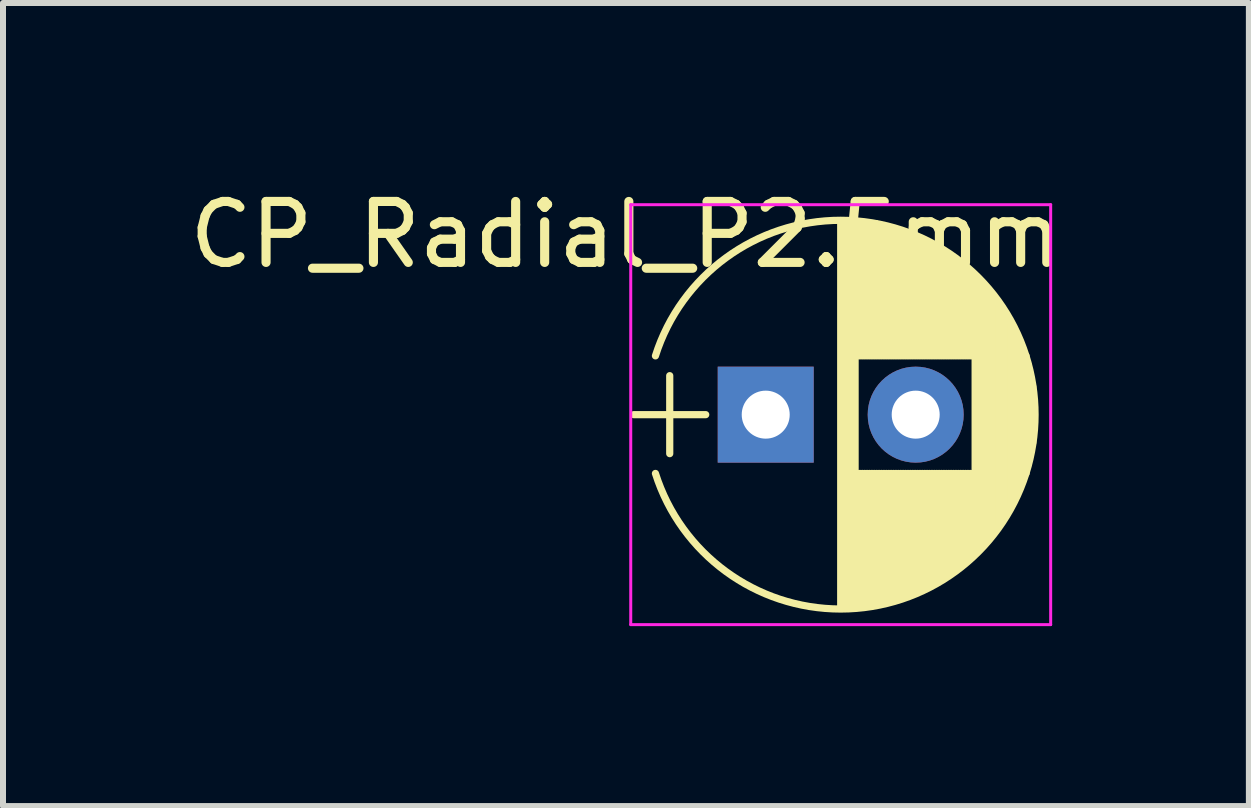
<source format=kicad_pcb>
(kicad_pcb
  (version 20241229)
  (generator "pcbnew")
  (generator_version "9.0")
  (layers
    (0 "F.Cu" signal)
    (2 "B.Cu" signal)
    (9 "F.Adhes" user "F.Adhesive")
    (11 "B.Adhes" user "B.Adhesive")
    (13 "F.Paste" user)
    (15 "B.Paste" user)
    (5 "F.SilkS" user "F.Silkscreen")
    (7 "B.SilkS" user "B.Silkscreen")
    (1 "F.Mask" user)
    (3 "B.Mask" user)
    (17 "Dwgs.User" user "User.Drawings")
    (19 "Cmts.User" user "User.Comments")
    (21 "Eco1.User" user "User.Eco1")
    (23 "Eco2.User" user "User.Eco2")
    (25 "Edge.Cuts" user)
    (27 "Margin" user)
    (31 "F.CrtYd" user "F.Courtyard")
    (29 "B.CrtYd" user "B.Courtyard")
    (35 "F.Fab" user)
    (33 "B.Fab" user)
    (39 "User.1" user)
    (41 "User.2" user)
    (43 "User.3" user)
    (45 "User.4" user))
  (footprint "CP_Radial_P2.5mm"
    (placed yes)
    (layer "F.Cu")
    (at 9.714 3.862)
    (property "Reference" "CP_Radial_P2.5mm" (at -2.33 -3 180) (layer "F.SilkS") (effects (font (size 1.016 1.016) (thickness 0.152))))
    (attr through_hole)
    (fp_line (start -2.2 0) (end -1 0) (stroke (width 0.12) (type solid)) (layer "F.SilkS"))
    (fp_line (start -1.6 -0.65) (end -1.6 0.65) (stroke (width 0.12) (type solid)) (layer "F.SilkS"))
    (fp_line (start 1.25 -3.2) (end 1.25 3.2) (stroke (width 0.12) (type solid)) (layer "F.SilkS"))
    (fp_line (start 1.29 -3.2) (end 1.29 3.2) (stroke (width 0.12) (type solid)) (layer "F.SilkS"))
    (fp_line (start 1.33 -3.2) (end 1.33 3.2) (stroke (width 0.12) (type solid)) (layer "F.SilkS"))
    (fp_line (start 1.37 -3.198) (end 1.37 3.198) (stroke (width 0.12) (type solid)) (layer "F.SilkS"))
    (fp_line (start 1.41 -3.197) (end 1.41 3.197) (stroke (width 0.12) (type solid)) (layer "F.SilkS"))
    (fp_line (start 1.45 -3.194) (end 1.45 3.194) (stroke (width 0.12) (type solid)) (layer "F.SilkS"))
    (fp_line (start 1.49 -3.192) (end 1.49 3.192) (stroke (width 0.12) (type solid)) (layer "F.SilkS"))
    (fp_line (start 1.53 -3.188) (end 1.53 -0.98) (stroke (width 0.12) (type solid)) (layer "F.SilkS"))
    (fp_line (start 1.53 0.98) (end 1.53 3.188) (stroke (width 0.12) (type solid)) (layer "F.SilkS"))
    (fp_line (start 1.57 -3.185) (end 1.57 -0.98) (stroke (width 0.12) (type solid)) (layer "F.SilkS"))
    (fp_line (start 1.57 0.98) (end 1.57 3.185) (stroke (width 0.12) (type solid)) (layer "F.SilkS"))
    (fp_line (start 1.61 -3.18) (end 1.61 -0.98) (stroke (width 0.12) (type solid)) (layer "F.SilkS"))
    (fp_line (start 1.61 0.98) (end 1.61 3.18) (stroke (width 0.12) (type solid)) (layer "F.SilkS"))
    (fp_line (start 1.65 -3.176) (end 1.65 -0.98) (stroke (width 0.12) (type solid)) (layer "F.SilkS"))
    (fp_line (start 1.65 0.98) (end 1.65 3.176) (stroke (width 0.12) (type solid)) (layer "F.SilkS"))
    (fp_line (start 1.69 -3.17) (end 1.69 -0.98) (stroke (width 0.12) (type solid)) (layer "F.SilkS"))
    (fp_line (start 1.69 0.98) (end 1.69 3.17) (stroke (width 0.12) (type solid)) (layer "F.SilkS"))
    (fp_line (start 1.73 -3.165) (end 1.73 -0.98) (stroke (width 0.12) (type solid)) (layer "F.SilkS"))
    (fp_line (start 1.73 0.98) (end 1.73 3.165) (stroke (width 0.12) (type solid)) (layer "F.SilkS"))
    (fp_line (start 1.77 -3.158) (end 1.77 -0.98) (stroke (width 0.12) (type solid)) (layer "F.SilkS"))
    (fp_line (start 1.77 0.98) (end 1.77 3.158) (stroke (width 0.12) (type solid)) (layer "F.SilkS"))
    (fp_line (start 1.81 -3.152) (end 1.81 -0.98) (stroke (width 0.12) (type solid)) (layer "F.SilkS"))
    (fp_line (start 1.81 0.98) (end 1.81 3.152) (stroke (width 0.12) (type solid)) (layer "F.SilkS"))
    (fp_line (start 1.85 -3.144) (end 1.85 -0.98) (stroke (width 0.12) (type solid)) (layer "F.SilkS"))
    (fp_line (start 1.85 0.98) (end 1.85 3.144) (stroke (width 0.12) (type solid)) (layer "F.SilkS"))
    (fp_line (start 1.89 -3.137) (end 1.89 -0.98) (stroke (width 0.12) (type solid)) (layer "F.SilkS"))
    (fp_line (start 1.89 0.98) (end 1.89 3.137) (stroke (width 0.12) (type solid)) (layer "F.SilkS"))
    (fp_line (start 1.93 -3.128) (end 1.93 -0.98) (stroke (width 0.12) (type solid)) (layer "F.SilkS"))
    (fp_line (start 1.93 0.98) (end 1.93 3.128) (stroke (width 0.12) (type solid)) (layer "F.SilkS"))
    (fp_line (start 1.971 -3.119) (end 1.971 -0.98) (stroke (width 0.12) (type solid)) (layer "F.SilkS"))
    (fp_line (start 1.971 0.98) (end 1.971 3.119) (stroke (width 0.12) (type solid)) (layer "F.SilkS"))
    (fp_line (start 2.011 -3.11) (end 2.011 -0.98) (stroke (width 0.12) (type solid)) (layer "F.SilkS"))
    (fp_line (start 2.011 0.98) (end 2.011 3.11) (stroke (width 0.12) (type solid)) (layer "F.SilkS"))
    (fp_line (start 2.051 -3.1) (end 2.051 -0.98) (stroke (width 0.12) (type solid)) (layer "F.SilkS"))
    (fp_line (start 2.051 0.98) (end 2.051 3.1) (stroke (width 0.12) (type solid)) (layer "F.SilkS"))
    (fp_line (start 2.091 -3.09) (end 2.091 -0.98) (stroke (width 0.12) (type solid)) (layer "F.SilkS"))
    (fp_line (start 2.091 0.98) (end 2.091 3.09) (stroke (width 0.12) (type solid)) (layer "F.SilkS"))
    (fp_line (start 2.131 -3.079) (end 2.131 -0.98) (stroke (width 0.12) (type solid)) (layer "F.SilkS"))
    (fp_line (start 2.131 0.98) (end 2.131 3.079) (stroke (width 0.12) (type solid)) (layer "F.SilkS"))
    (fp_line (start 2.171 -3.067) (end 2.171 -0.98) (stroke (width 0.12) (type solid)) (layer "F.SilkS"))
    (fp_line (start 2.171 0.98) (end 2.171 3.067) (stroke (width 0.12) (type solid)) (layer "F.SilkS"))
    (fp_line (start 2.211 -3.055) (end 2.211 -0.98) (stroke (width 0.12) (type solid)) (layer "F.SilkS"))
    (fp_line (start 2.211 0.98) (end 2.211 3.055) (stroke (width 0.12) (type solid)) (layer "F.SilkS"))
    (fp_line (start 2.251 -3.042) (end 2.251 -0.98) (stroke (width 0.12) (type solid)) (layer "F.SilkS"))
    (fp_line (start 2.251 0.98) (end 2.251 3.042) (stroke (width 0.12) (type solid)) (layer "F.SilkS"))
    (fp_line (start 2.291 -3.029) (end 2.291 -0.98) (stroke (width 0.12) (type solid)) (layer "F.SilkS"))
    (fp_line (start 2.291 0.98) (end 2.291 3.029) (stroke (width 0.12) (type solid)) (layer "F.SilkS"))
    (fp_line (start 2.331 -3.015) (end 2.331 -0.98) (stroke (width 0.12) (type solid)) (layer "F.SilkS"))
    (fp_line (start 2.331 0.98) (end 2.331 3.015) (stroke (width 0.12) (type solid)) (layer "F.SilkS"))
    (fp_line (start 2.371 -3.001) (end 2.371 -0.98) (stroke (width 0.12) (type solid)) (layer "F.SilkS"))
    (fp_line (start 2.371 0.98) (end 2.371 3.001) (stroke (width 0.12) (type solid)) (layer "F.SilkS"))
    (fp_line (start 2.411 -2.986) (end 2.411 -0.98) (stroke (width 0.12) (type solid)) (layer "F.SilkS"))
    (fp_line (start 2.411 0.98) (end 2.411 2.986) (stroke (width 0.12) (type solid)) (layer "F.SilkS"))
    (fp_line (start 2.451 -2.97) (end 2.451 -0.98) (stroke (width 0.12) (type solid)) (layer "F.SilkS"))
    (fp_line (start 2.451 0.98) (end 2.451 2.97) (stroke (width 0.12) (type solid)) (layer "F.SilkS"))
    (fp_line (start 2.491 -2.954) (end 2.491 -0.98) (stroke (width 0.12) (type solid)) (layer "F.SilkS"))
    (fp_line (start 2.491 0.98) (end 2.491 2.954) (stroke (width 0.12) (type solid)) (layer "F.SilkS"))
    (fp_line (start 2.531 -2.937) (end 2.531 -0.98) (stroke (width 0.12) (type solid)) (layer "F.SilkS"))
    (fp_line (start 2.531 0.98) (end 2.531 2.937) (stroke (width 0.12) (type solid)) (layer "F.SilkS"))
    (fp_line (start 2.571 -2.919) (end 2.571 -0.98) (stroke (width 0.12) (type solid)) (layer "F.SilkS"))
    (fp_line (start 2.571 0.98) (end 2.571 2.919) (stroke (width 0.12) (type solid)) (layer "F.SilkS"))
    (fp_line (start 2.611 -2.901) (end 2.611 -0.98) (stroke (width 0.12) (type solid)) (layer "F.SilkS"))
    (fp_line (start 2.611 0.98) (end 2.611 2.901) (stroke (width 0.12) (type solid)) (layer "F.SilkS"))
    (fp_line (start 2.651 -2.882) (end 2.651 -0.98) (stroke (width 0.12) (type solid)) (layer "F.SilkS"))
    (fp_line (start 2.651 0.98) (end 2.651 2.882) (stroke (width 0.12) (type solid)) (layer "F.SilkS"))
    (fp_line (start 2.691 -2.863) (end 2.691 -0.98) (stroke (width 0.12) (type solid)) (layer "F.SilkS"))
    (fp_line (start 2.691 0.98) (end 2.691 2.863) (stroke (width 0.12) (type solid)) (layer "F.SilkS"))
    (fp_line (start 2.731 -2.843) (end 2.731 -0.98) (stroke (width 0.12) (type solid)) (layer "F.SilkS"))
    (fp_line (start 2.731 0.98) (end 2.731 2.843) (stroke (width 0.12) (type solid)) (layer "F.SilkS"))
    (fp_line (start 2.771 -2.822) (end 2.771 -0.98) (stroke (width 0.12) (type solid)) (layer "F.SilkS"))
    (fp_line (start 2.771 0.98) (end 2.771 2.822) (stroke (width 0.12) (type solid)) (layer "F.SilkS"))
    (fp_line (start 2.811 -2.8) (end 2.811 -0.98) (stroke (width 0.12) (type solid)) (layer "F.SilkS"))
    (fp_line (start 2.811 0.98) (end 2.811 2.8) (stroke (width 0.12) (type solid)) (layer "F.SilkS"))
    (fp_line (start 2.851 -2.778) (end 2.851 -0.98) (stroke (width 0.12) (type solid)) (layer "F.SilkS"))
    (fp_line (start 2.851 0.98) (end 2.851 2.778) (stroke (width 0.12) (type solid)) (layer "F.SilkS"))
    (fp_line (start 2.891 -2.755) (end 2.891 -0.98) (stroke (width 0.12) (type solid)) (layer "F.SilkS"))
    (fp_line (start 2.891 0.98) (end 2.891 2.755) (stroke (width 0.12) (type solid)) (layer "F.SilkS"))
    (fp_line (start 2.931 -2.731) (end 2.931 -0.98) (stroke (width 0.12) (type solid)) (layer "F.SilkS"))
    (fp_line (start 2.931 0.98) (end 2.931 2.731) (stroke (width 0.12) (type solid)) (layer "F.SilkS"))
    (fp_line (start 2.971 -2.706) (end 2.971 -0.98) (stroke (width 0.12) (type solid)) (layer "F.SilkS"))
    (fp_line (start 2.971 0.98) (end 2.971 2.706) (stroke (width 0.12) (type solid)) (layer "F.SilkS"))
    (fp_line (start 3.011 -2.681) (end 3.011 -0.98) (stroke (width 0.12) (type solid)) (layer "F.SilkS"))
    (fp_line (start 3.011 0.98) (end 3.011 2.681) (stroke (width 0.12) (type solid)) (layer "F.SilkS"))
    (fp_line (start 3.051 -2.654) (end 3.051 -0.98) (stroke (width 0.12) (type solid)) (layer "F.SilkS"))
    (fp_line (start 3.051 0.98) (end 3.051 2.654) (stroke (width 0.12) (type solid)) (layer "F.SilkS"))
    (fp_line (start 3.091 -2.627) (end 3.091 -0.98) (stroke (width 0.12) (type solid)) (layer "F.SilkS"))
    (fp_line (start 3.091 0.98) (end 3.091 2.627) (stroke (width 0.12) (type solid)) (layer "F.SilkS"))
    (fp_line (start 3.131 -2.599) (end 3.131 -0.98) (stroke (width 0.12) (type solid)) (layer "F.SilkS"))
    (fp_line (start 3.131 0.98) (end 3.131 2.599) (stroke (width 0.12) (type solid)) (layer "F.SilkS"))
    (fp_line (start 3.171 -2.57) (end 3.171 -0.98) (stroke (width 0.12) (type solid)) (layer "F.SilkS"))
    (fp_line (start 3.171 0.98) (end 3.171 2.57) (stroke (width 0.12) (type solid)) (layer "F.SilkS"))
    (fp_line (start 3.211 -2.54) (end 3.211 -0.98) (stroke (width 0.12) (type solid)) (layer "F.SilkS"))
    (fp_line (start 3.211 0.98) (end 3.211 2.54) (stroke (width 0.12) (type solid)) (layer "F.SilkS"))
    (fp_line (start 3.251 -2.51) (end 3.251 -0.98) (stroke (width 0.12) (type solid)) (layer "F.SilkS"))
    (fp_line (start 3.251 0.98) (end 3.251 2.51) (stroke (width 0.12) (type solid)) (layer "F.SilkS"))
    (fp_line (start 3.291 -2.478) (end 3.291 -0.98) (stroke (width 0.12) (type solid)) (layer "F.SilkS"))
    (fp_line (start 3.291 0.98) (end 3.291 2.478) (stroke (width 0.12) (type solid)) (layer "F.SilkS"))
    (fp_line (start 3.331 -2.445) (end 3.331 -0.98) (stroke (width 0.12) (type solid)) (layer "F.SilkS"))
    (fp_line (start 3.331 0.98) (end 3.331 2.445) (stroke (width 0.12) (type solid)) (layer "F.SilkS"))
    (fp_line (start 3.371 -2.411) (end 3.371 -0.98) (stroke (width 0.12) (type solid)) (layer "F.SilkS"))
    (fp_line (start 3.371 0.98) (end 3.371 2.411) (stroke (width 0.12) (type solid)) (layer "F.SilkS"))
    (fp_line (start 3.411 -2.375) (end 3.411 -0.98) (stroke (width 0.12) (type solid)) (layer "F.SilkS"))
    (fp_line (start 3.411 0.98) (end 3.411 2.375) (stroke (width 0.12) (type solid)) (layer "F.SilkS"))
    (fp_line (start 3.451 -2.339) (end 3.451 -0.98) (stroke (width 0.12) (type solid)) (layer "F.SilkS"))
    (fp_line (start 3.451 0.98) (end 3.451 2.339) (stroke (width 0.12) (type solid)) (layer "F.SilkS"))
    (fp_line (start 3.491 -2.301) (end 3.491 2.301) (stroke (width 0.12) (type solid)) (layer "F.SilkS"))
    (fp_line (start 3.531 -2.262) (end 3.531 2.262) (stroke (width 0.12) (type solid)) (layer "F.SilkS"))
    (fp_line (start 3.571 -2.222) (end 3.571 2.222) (stroke (width 0.12) (type solid)) (layer "F.SilkS"))
    (fp_line (start 3.611 -2.18) (end 3.611 2.18) (stroke (width 0.12) (type solid)) (layer "F.SilkS"))
    (fp_line (start 3.651 -2.137) (end 3.651 2.137) (stroke (width 0.12) (type solid)) (layer "F.SilkS"))
    (fp_line (start 3.691 -2.092) (end 3.691 2.092) (stroke (width 0.12) (type solid)) (layer "F.SilkS"))
    (fp_line (start 3.731 -2.045) (end 3.731 2.045) (stroke (width 0.12) (type solid)) (layer "F.SilkS"))
    (fp_line (start 3.771 -1.997) (end 3.771 1.997) (stroke (width 0.12) (type solid)) (layer "F.SilkS"))
    (fp_line (start 3.811 -1.946) (end 3.811 1.946) (stroke (width 0.12) (type solid)) (layer "F.SilkS"))
    (fp_line (start 3.851 -1.894) (end 3.851 1.894) (stroke (width 0.12) (type solid)) (layer "F.SilkS"))
    (fp_line (start 3.891 -1.839) (end 3.891 1.839) (stroke (width 0.12) (type solid)) (layer "F.SilkS"))
    (fp_line (start 3.931 -1.781) (end 3.931 1.781) (stroke (width 0.12) (type solid)) (layer "F.SilkS"))
    (fp_line (start 3.971 -1.721) (end 3.971 1.721) (stroke (width 0.12) (type solid)) (layer "F.SilkS"))
    (fp_line (start 4.011 -1.658) (end 4.011 1.658) (stroke (width 0.12) (type solid)) (layer "F.SilkS"))
    (fp_line (start 4.051 -1.591) (end 4.051 1.591) (stroke (width 0.12) (type solid)) (layer "F.SilkS"))
    (fp_line (start 4.091 -1.52) (end 4.091 1.52) (stroke (width 0.12) (type solid)) (layer "F.SilkS"))
    (fp_line (start 4.131 -1.445) (end 4.131 1.445) (stroke (width 0.12) (type solid)) (layer "F.SilkS"))
    (fp_line (start 4.171 -1.364) (end 4.171 1.364) (stroke (width 0.12) (type solid)) (layer "F.SilkS"))
    (fp_line (start 4.211 -1.278) (end 4.211 1.278) (stroke (width 0.12) (type solid)) (layer "F.SilkS"))
    (fp_line (start 4.251 -1.184) (end 4.251 1.184) (stroke (width 0.12) (type solid)) (layer "F.SilkS"))
    (fp_line (start 4.291 -1.081) (end 4.291 1.081) (stroke (width 0.12) (type solid)) (layer "F.SilkS"))
    (fp_line (start 4.331 -0.966) (end 4.331 0.966) (stroke (width 0.12) (type solid)) (layer "F.SilkS"))
    (fp_line (start 4.371 -0.834) (end 4.371 0.834) (stroke (width 0.12) (type solid)) (layer "F.SilkS"))
    (fp_line (start 4.411 -0.676) (end 4.411 0.676) (stroke (width 0.12) (type solid)) (layer "F.SilkS"))
    (fp_line (start 4.451 -0.468) (end 4.451 0.468) (stroke (width 0.12) (type solid)) (layer "F.SilkS"))
    (fp_arc (start -1.838236 -0.98) (mid 1.250337 -3.24) (end 4.33844 -0.979357) (stroke (width 0.12) (type solid)) (layer "F.SilkS"))
    (fp_arc (start 4.338236 -0.98) (mid 4.49 -0.000337) (end 4.33844 0.979357) (stroke (width 0.12) (type solid)) (layer "F.SilkS"))
    (fp_arc (start 4.33844 0.979357) (mid 1.250337 3.24) (end -1.838236 0.98) (stroke (width 0.12) (type solid)) (layer "F.SilkS"))
    (fp_line (start -2.25 -3.5) (end -2.25 3.5) (stroke (width 0.05) (type solid)) (layer "F.CrtYd"))
    (fp_line (start -2.25 3.5) (end 4.75 3.5) (stroke (width 0.05) (type solid)) (layer "F.CrtYd"))
    (fp_line (start 4.75 -3.5) (end -2.25 -3.5) (stroke (width 0.05) (type solid)) (layer "F.CrtYd"))
    (fp_line (start 4.75 3.5) (end 4.75 -3.5) (stroke (width 0.05) (type solid)) (layer "F.CrtYd"))
    (pad "1" thru_hole rect (at 0 0) (size 1.6 1.6) (drill 0.8) (layers "*.Cu" "*.Mask"))
    (pad "2" thru_hole circle (at 2.5 0) (size 1.6 1.6) (drill 0.8) (layers "*.Cu" "*.Mask")))
  (gr_rect
    (start -3 -3)
    (end 17.768 10.387)
    (stroke (width 0.1) (type default))
    (fill no)
    (layer "Edge.Cuts")))
</source>
